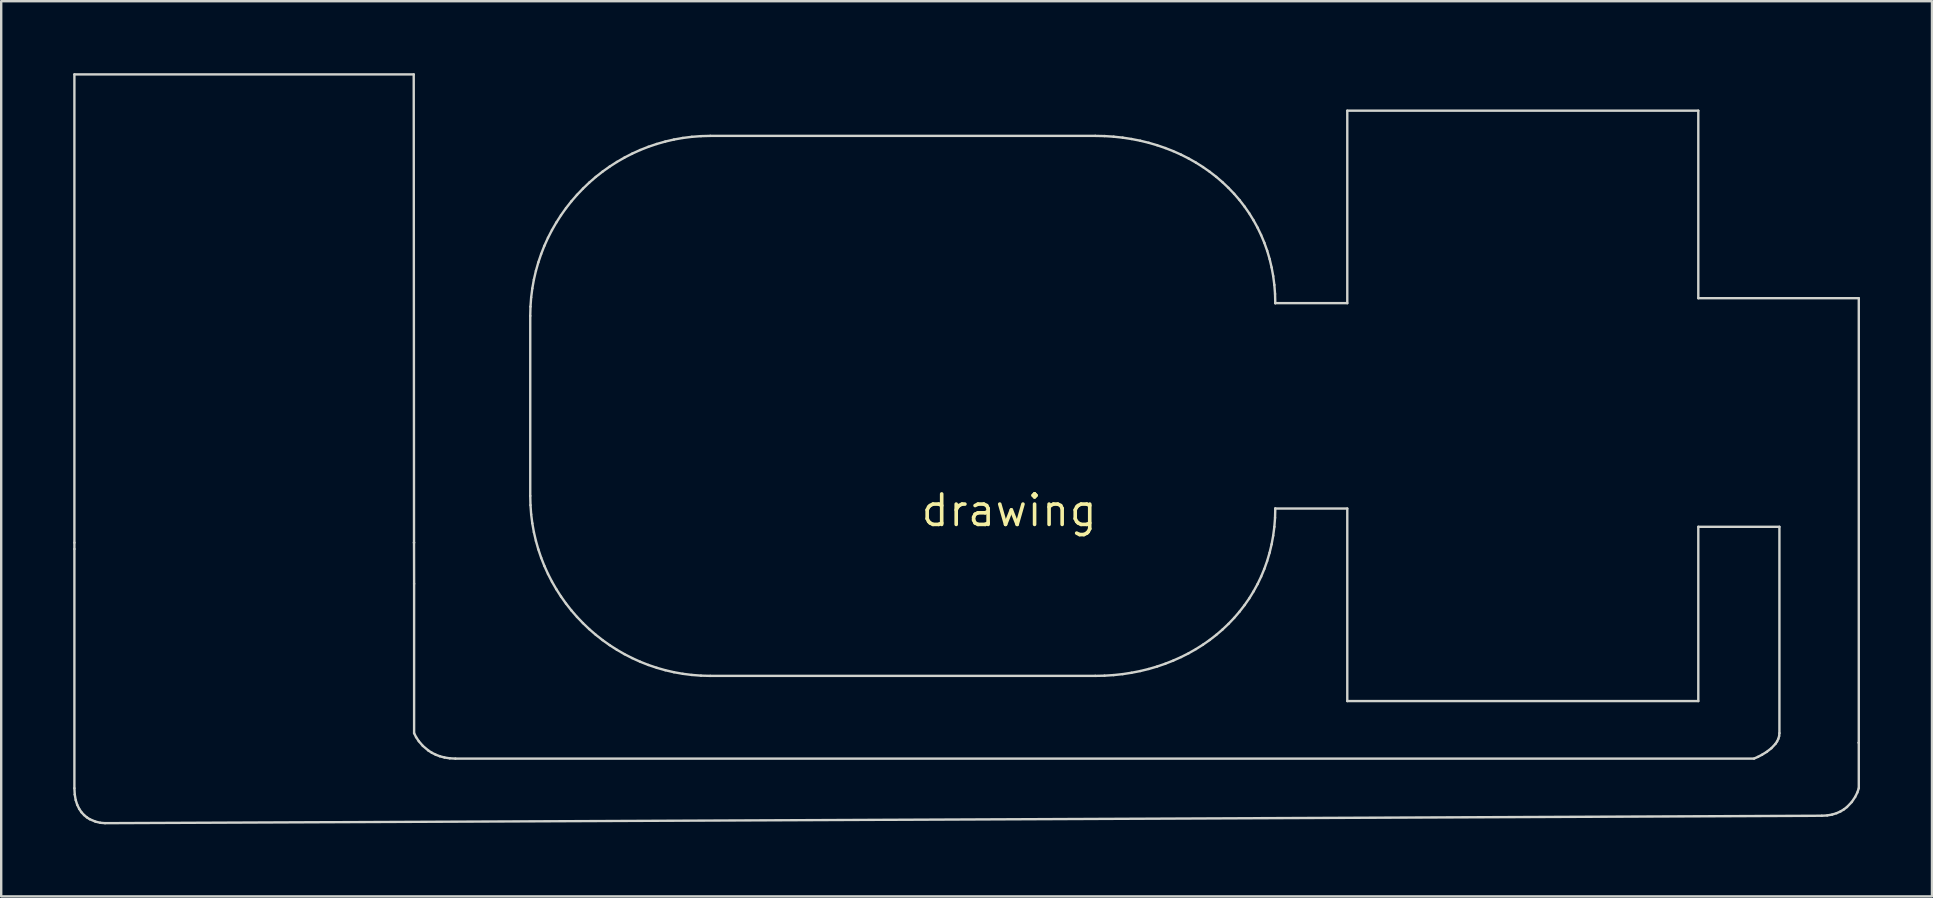
<source format=kicad_pcb>
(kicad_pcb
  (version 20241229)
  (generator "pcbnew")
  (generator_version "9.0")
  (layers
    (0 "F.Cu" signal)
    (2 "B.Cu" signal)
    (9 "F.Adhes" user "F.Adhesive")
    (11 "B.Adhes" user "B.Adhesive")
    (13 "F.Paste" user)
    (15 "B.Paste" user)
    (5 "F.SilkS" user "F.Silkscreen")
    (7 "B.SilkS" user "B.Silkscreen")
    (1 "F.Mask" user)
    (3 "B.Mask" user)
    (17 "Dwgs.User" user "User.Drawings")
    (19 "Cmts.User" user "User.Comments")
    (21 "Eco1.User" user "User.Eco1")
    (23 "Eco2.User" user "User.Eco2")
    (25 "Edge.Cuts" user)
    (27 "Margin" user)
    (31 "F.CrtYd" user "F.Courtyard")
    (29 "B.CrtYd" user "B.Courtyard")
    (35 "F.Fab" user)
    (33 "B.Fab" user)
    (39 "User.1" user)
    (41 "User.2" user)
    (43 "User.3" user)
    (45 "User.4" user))
  (footprint "drawing"
    (layer "F.Cu")
    (at 39 18.221)
    (property "Reference" "drawing" (at 0 0 0) (layer "F.SilkS") (effects (font (size 1.27 1.27) (thickness 0.15))))
    (attr through_hole)
    (fp_line (start -38.95 -18.171) (end -24.811 -18.171) (stroke (width 0.1) (type solid)) (layer "Edge.Cuts"))
    (fp_line (start -38.95 1.341) (end -38.95 -18.171) (stroke (width 0.1) (type solid)) (layer "Edge.Cuts"))
    (fp_line (start -38.95 1.606) (end -38.95 1.341) (stroke (width 0.1) (type solid)) (layer "Edge.Cuts"))
    (fp_line (start -38.95 11.573) (end -38.95 1.606) (stroke (width 0.1) (type solid)) (layer "Edge.Cuts"))
    (fp_line (start -38.935 11.836) (end -38.95 11.573) (stroke (width 0.1) (type solid)) (layer "Edge.Cuts"))
    (fp_line (start -38.895 12.066) (end -38.935 11.836) (stroke (width 0.1) (type solid)) (layer "Edge.Cuts"))
    (fp_line (start -38.832 12.264) (end -38.895 12.066) (stroke (width 0.1) (type solid)) (layer "Edge.Cuts"))
    (fp_line (start -38.75 12.433) (end -38.832 12.264) (stroke (width 0.1) (type solid)) (layer "Edge.Cuts"))
    (fp_line (start -38.654 12.575) (end -38.75 12.433) (stroke (width 0.1) (type solid)) (layer "Edge.Cuts"))
    (fp_line (start -38.545 12.692) (end -38.654 12.575) (stroke (width 0.1) (type solid)) (layer "Edge.Cuts"))
    (fp_line (start -38.43 12.787) (end -38.545 12.692) (stroke (width 0.1) (type solid)) (layer "Edge.Cuts"))
    (fp_line (start -38.311 12.863) (end -38.43 12.787) (stroke (width 0.1) (type solid)) (layer "Edge.Cuts"))
    (fp_line (start -38.076 12.963) (end -38.311 12.863) (stroke (width 0.1) (type solid)) (layer "Edge.Cuts"))
    (fp_line (start -37.872 13.012) (end -38.076 12.963) (stroke (width 0.1) (type solid)) (layer "Edge.Cuts"))
    (fp_line (start -37.672 13.028) (end -37.872 13.012) (stroke (width 0.1) (type solid)) (layer "Edge.Cuts"))
    (fp_line (start -24.811 -18.171) (end -24.799 1.341) (stroke (width 0.1) (type solid)) (layer "Edge.Cuts"))
    (fp_line (start -24.799 1.341) (end -24.799 1.341) (stroke (width 0.1) (type solid)) (layer "Edge.Cuts"))
    (fp_line (start -24.799 1.341) (end -24.795 3.054) (stroke (width 0.1) (type solid)) (layer "Edge.Cuts"))
    (fp_line (start -24.795 3.054) (end -24.795 9.279) (stroke (width 0.1) (type solid)) (layer "Edge.Cuts"))
    (fp_line (start -24.795 9.279) (end -24.712 9.445) (stroke (width 0.1) (type solid)) (layer "Edge.Cuts"))
    (fp_line (start -24.712 9.445) (end -24.599 9.614) (stroke (width 0.1) (type solid)) (layer "Edge.Cuts"))
    (fp_line (start -24.599 9.614) (end -24.431 9.809) (stroke (width 0.1) (type solid)) (layer "Edge.Cuts"))
    (fp_line (start -24.431 9.809) (end -24.2 10.003) (stroke (width 0.1) (type solid)) (layer "Edge.Cuts"))
    (fp_line (start -24.2 10.003) (end -24.06 10.092) (stroke (width 0.1) (type solid)) (layer "Edge.Cuts"))
    (fp_line (start -24.06 10.092) (end -23.902 10.172) (stroke (width 0.1) (type solid)) (layer "Edge.Cuts"))
    (fp_line (start -23.902 10.172) (end -23.725 10.24) (stroke (width 0.1) (type solid)) (layer "Edge.Cuts"))
    (fp_line (start -23.725 10.24) (end -23.529 10.292) (stroke (width 0.1) (type solid)) (layer "Edge.Cuts"))
    (fp_line (start -23.529 10.292) (end -23.312 10.326) (stroke (width 0.1) (type solid)) (layer "Edge.Cuts"))
    (fp_line (start -23.312 10.326) (end -23.075 10.338) (stroke (width 0.1) (type solid)) (layer "Edge.Cuts"))
    (fp_line (start -23.075 10.338) (end 31.036 10.338) (stroke (width 0.1) (type solid)) (layer "Edge.Cuts"))
    (fp_line (start -19.956 -8.109) (end -19.946 -8.495) (stroke (width 0.1) (type solid)) (layer "Edge.Cuts"))
    (fp_line (start -19.956 -0.609) (end -19.956 -8.109) (stroke (width 0.1) (type solid)) (layer "Edge.Cuts"))
    (fp_line (start -19.946 -8.495) (end -19.918 -8.876) (stroke (width 0.1) (type solid)) (layer "Edge.Cuts"))
    (fp_line (start -19.946 -0.223) (end -19.956 -0.609) (stroke (width 0.1) (type solid)) (layer "Edge.Cuts"))
    (fp_line (start -19.918 -8.876) (end -19.87 -9.252) (stroke (width 0.1) (type solid)) (layer "Edge.Cuts"))
    (fp_line (start -19.918 0.158) (end -19.946 -0.223) (stroke (width 0.1) (type solid)) (layer "Edge.Cuts"))
    (fp_line (start -19.87 -9.252) (end -19.804 -9.621) (stroke (width 0.1) (type solid)) (layer "Edge.Cuts"))
    (fp_line (start -19.87 0.533) (end -19.918 0.158) (stroke (width 0.1) (type solid)) (layer "Edge.Cuts"))
    (fp_line (start -19.804 -9.621) (end -19.72 -9.984) (stroke (width 0.1) (type solid)) (layer "Edge.Cuts"))
    (fp_line (start -19.804 0.902) (end -19.87 0.533) (stroke (width 0.1) (type solid)) (layer "Edge.Cuts"))
    (fp_line (start -19.72 -9.984) (end -19.619 -10.339) (stroke (width 0.1) (type solid)) (layer "Edge.Cuts"))
    (fp_line (start -19.72 1.265) (end -19.804 0.902) (stroke (width 0.1) (type solid)) (layer "Edge.Cuts"))
    (fp_line (start -19.619 -10.339) (end -19.501 -10.688) (stroke (width 0.1) (type solid)) (layer "Edge.Cuts"))
    (fp_line (start -19.619 1.621) (end -19.72 1.265) (stroke (width 0.1) (type solid)) (layer "Edge.Cuts"))
    (fp_line (start -19.501 -10.688) (end -19.367 -11.029) (stroke (width 0.1) (type solid)) (layer "Edge.Cuts"))
    (fp_line (start -19.501 1.97) (end -19.619 1.621) (stroke (width 0.1) (type solid)) (layer "Edge.Cuts"))
    (fp_line (start -19.367 -11.029) (end -19.217 -11.361) (stroke (width 0.1) (type solid)) (layer "Edge.Cuts"))
    (fp_line (start -19.367 2.31) (end -19.501 1.97) (stroke (width 0.1) (type solid)) (layer "Edge.Cuts"))
    (fp_line (start -19.217 -11.361) (end -19.051 -11.684) (stroke (width 0.1) (type solid)) (layer "Edge.Cuts"))
    (fp_line (start -19.217 2.643) (end -19.367 2.31) (stroke (width 0.1) (type solid)) (layer "Edge.Cuts"))
    (fp_line (start -19.051 -11.684) (end -18.87 -11.998) (stroke (width 0.1) (type solid)) (layer "Edge.Cuts"))
    (fp_line (start -19.051 2.966) (end -19.217 2.643) (stroke (width 0.1) (type solid)) (layer "Edge.Cuts"))
    (fp_line (start -18.87 -11.998) (end -18.675 -12.303) (stroke (width 0.1) (type solid)) (layer "Edge.Cuts"))
    (fp_line (start -18.87 3.28) (end -19.051 2.966) (stroke (width 0.1) (type solid)) (layer "Edge.Cuts"))
    (fp_line (start -18.675 -12.303) (end -18.466 -12.597) (stroke (width 0.1) (type solid)) (layer "Edge.Cuts"))
    (fp_line (start -18.675 3.584) (end -18.87 3.28) (stroke (width 0.1) (type solid)) (layer "Edge.Cuts"))
    (fp_line (start -18.466 -12.597) (end -18.244 -12.88) (stroke (width 0.1) (type solid)) (layer "Edge.Cuts"))
    (fp_line (start -18.466 3.878) (end -18.675 3.584) (stroke (width 0.1) (type solid)) (layer "Edge.Cuts"))
    (fp_line (start -18.244 -12.88) (end -18.008 -13.152) (stroke (width 0.1) (type solid)) (layer "Edge.Cuts"))
    (fp_line (start -18.244 4.162) (end -18.466 3.878) (stroke (width 0.1) (type solid)) (layer "Edge.Cuts"))
    (fp_line (start -18.008 -13.152) (end -17.759 -13.412) (stroke (width 0.1) (type solid)) (layer "Edge.Cuts"))
    (fp_line (start -18.008 4.434) (end -18.244 4.162) (stroke (width 0.1) (type solid)) (layer "Edge.Cuts"))
    (fp_line (start -17.759 -13.412) (end -17.499 -13.661) (stroke (width 0.1) (type solid)) (layer "Edge.Cuts"))
    (fp_line (start -17.759 4.694) (end -18.008 4.434) (stroke (width 0.1) (type solid)) (layer "Edge.Cuts"))
    (fp_line (start -17.499 -13.661) (end -17.227 -13.897) (stroke (width 0.1) (type solid)) (layer "Edge.Cuts"))
    (fp_line (start -17.499 4.943) (end -17.759 4.694) (stroke (width 0.1) (type solid)) (layer "Edge.Cuts"))
    (fp_line (start -17.227 -13.897) (end -16.944 -14.119) (stroke (width 0.1) (type solid)) (layer "Edge.Cuts"))
    (fp_line (start -17.227 5.178) (end -17.499 4.943) (stroke (width 0.1) (type solid)) (layer "Edge.Cuts"))
    (fp_line (start -16.944 -14.119) (end -16.649 -14.328) (stroke (width 0.1) (type solid)) (layer "Edge.Cuts"))
    (fp_line (start -16.943 5.401) (end -17.227 5.178) (stroke (width 0.1) (type solid)) (layer "Edge.Cuts"))
    (fp_line (start -16.649 -14.328) (end -16.345 -14.523) (stroke (width 0.1) (type solid)) (layer "Edge.Cuts"))
    (fp_line (start -16.649 5.61) (end -16.943 5.401) (stroke (width 0.1) (type solid)) (layer "Edge.Cuts"))
    (fp_line (start -16.345 -14.523) (end -16.031 -14.704) (stroke (width 0.1) (type solid)) (layer "Edge.Cuts"))
    (fp_line (start -16.345 5.805) (end -16.649 5.61) (stroke (width 0.1) (type solid)) (layer "Edge.Cuts"))
    (fp_line (start -16.031 -14.704) (end -15.708 -14.87) (stroke (width 0.1) (type solid)) (layer "Edge.Cuts"))
    (fp_line (start -16.031 5.986) (end -16.345 5.805) (stroke (width 0.1) (type solid)) (layer "Edge.Cuts"))
    (fp_line (start -15.708 -14.87) (end -15.376 -15.02) (stroke (width 0.1) (type solid)) (layer "Edge.Cuts"))
    (fp_line (start -15.708 6.151) (end -16.031 5.986) (stroke (width 0.1) (type solid)) (layer "Edge.Cuts"))
    (fp_line (start -15.376 -15.02) (end -15.035 -15.154) (stroke (width 0.1) (type solid)) (layer "Edge.Cuts"))
    (fp_line (start -15.375 6.302) (end -15.708 6.151) (stroke (width 0.1) (type solid)) (layer "Edge.Cuts"))
    (fp_line (start -15.035 -15.154) (end -14.686 -15.272) (stroke (width 0.1) (type solid)) (layer "Edge.Cuts"))
    (fp_line (start -15.035 6.436) (end -15.375 6.302) (stroke (width 0.1) (type solid)) (layer "Edge.Cuts"))
    (fp_line (start -14.686 -15.272) (end -14.331 -15.373) (stroke (width 0.1) (type solid)) (layer "Edge.Cuts"))
    (fp_line (start -14.686 6.554) (end -15.035 6.436) (stroke (width 0.1) (type solid)) (layer "Edge.Cuts"))
    (fp_line (start -14.331 -15.373) (end -13.968 -15.457) (stroke (width 0.1) (type solid)) (layer "Edge.Cuts"))
    (fp_line (start -14.33 6.655) (end -14.686 6.554) (stroke (width 0.1) (type solid)) (layer "Edge.Cuts"))
    (fp_line (start -13.968 -15.457) (end -13.598 -15.523) (stroke (width 0.1) (type solid)) (layer "Edge.Cuts"))
    (fp_line (start -13.968 6.739) (end -14.33 6.655) (stroke (width 0.1) (type solid)) (layer "Edge.Cuts"))
    (fp_line (start -13.598 -15.523) (end -13.223 -15.57) (stroke (width 0.1) (type solid)) (layer "Edge.Cuts"))
    (fp_line (start -13.598 6.805) (end -13.968 6.739) (stroke (width 0.1) (type solid)) (layer "Edge.Cuts"))
    (fp_line (start -13.223 -15.57) (end -12.842 -15.599) (stroke (width 0.1) (type solid)) (layer "Edge.Cuts"))
    (fp_line (start -13.223 6.852) (end -13.598 6.805) (stroke (width 0.1) (type solid)) (layer "Edge.Cuts"))
    (fp_line (start -12.842 -15.599) (end -12.456 -15.609) (stroke (width 0.1) (type solid)) (layer "Edge.Cuts"))
    (fp_line (start -12.842 6.881) (end -13.223 6.852) (stroke (width 0.1) (type solid)) (layer "Edge.Cuts"))
    (fp_line (start -12.456 -15.609) (end 3.587 -15.609) (stroke (width 0.1) (type solid)) (layer "Edge.Cuts"))
    (fp_line (start -12.456 6.891) (end -12.842 6.881) (stroke (width 0.1) (type solid)) (layer "Edge.Cuts"))
    (fp_line (start 3.586 6.891) (end -12.456 6.891) (stroke (width 0.1) (type solid)) (layer "Edge.Cuts"))
    (fp_line (start 3.587 -15.609) (end 3.973 -15.601) (stroke (width 0.1) (type solid)) (layer "Edge.Cuts"))
    (fp_line (start 3.972 6.883) (end 3.586 6.891) (stroke (width 0.1) (type solid)) (layer "Edge.Cuts"))
    (fp_line (start 3.973 -15.601) (end 4.354 -15.576) (stroke (width 0.1) (type solid)) (layer "Edge.Cuts"))
    (fp_line (start 4.353 6.858) (end 3.972 6.883) (stroke (width 0.1) (type solid)) (layer "Edge.Cuts"))
    (fp_line (start 4.354 -15.576) (end 4.729 -15.536) (stroke (width 0.1) (type solid)) (layer "Edge.Cuts"))
    (fp_line (start 4.729 6.818) (end 4.353 6.858) (stroke (width 0.1) (type solid)) (layer "Edge.Cuts"))
    (fp_line (start 4.729 -15.536) (end 5.098 -15.479) (stroke (width 0.1) (type solid)) (layer "Edge.Cuts"))
    (fp_line (start 5.098 6.761) (end 4.729 6.818) (stroke (width 0.1) (type solid)) (layer "Edge.Cuts"))
    (fp_line (start 5.098 -15.479) (end 5.461 -15.408) (stroke (width 0.1) (type solid)) (layer "Edge.Cuts"))
    (fp_line (start 5.461 6.69) (end 5.098 6.761) (stroke (width 0.1) (type solid)) (layer "Edge.Cuts"))
    (fp_line (start 5.461 -15.408) (end 5.817 -15.321) (stroke (width 0.1) (type solid)) (layer "Edge.Cuts"))
    (fp_line (start 5.817 6.603) (end 5.461 6.69) (stroke (width 0.1) (type solid)) (layer "Edge.Cuts"))
    (fp_line (start 5.817 -15.321) (end 6.166 -15.219) (stroke (width 0.1) (type solid)) (layer "Edge.Cuts"))
    (fp_line (start 6.165 6.501) (end 5.817 6.603) (stroke (width 0.1) (type solid)) (layer "Edge.Cuts"))
    (fp_line (start 6.166 -15.219) (end 6.506 -15.102) (stroke (width 0.1) (type solid)) (layer "Edge.Cuts"))
    (fp_line (start 6.506 6.384) (end 6.165 6.501) (stroke (width 0.1) (type solid)) (layer "Edge.Cuts"))
    (fp_line (start 6.506 -15.102) (end 6.839 -14.972) (stroke (width 0.1) (type solid)) (layer "Edge.Cuts"))
    (fp_line (start 6.838 6.253) (end 6.506 6.384) (stroke (width 0.1) (type solid)) (layer "Edge.Cuts"))
    (fp_line (start 6.839 -14.972) (end 7.162 -14.827) (stroke (width 0.1) (type solid)) (layer "Edge.Cuts"))
    (fp_line (start 7.162 6.108) (end 6.838 6.253) (stroke (width 0.1) (type solid)) (layer "Edge.Cuts"))
    (fp_line (start 7.162 -14.827) (end 7.476 -14.668) (stroke (width 0.1) (type solid)) (layer "Edge.Cuts"))
    (fp_line (start 7.476 5.95) (end 7.162 6.108) (stroke (width 0.1) (type solid)) (layer "Edge.Cuts"))
    (fp_line (start 7.476 -14.668) (end 7.781 -14.496) (stroke (width 0.1) (type solid)) (layer "Edge.Cuts"))
    (fp_line (start 7.78 5.777) (end 7.476 5.95) (stroke (width 0.1) (type solid)) (layer "Edge.Cuts"))
    (fp_line (start 7.781 -14.496) (end 8.075 -14.31) (stroke (width 0.1) (type solid)) (layer "Edge.Cuts"))
    (fp_line (start 8.074 5.592) (end 7.78 5.777) (stroke (width 0.1) (type solid)) (layer "Edge.Cuts"))
    (fp_line (start 8.075 -14.31) (end 8.358 -14.112) (stroke (width 0.1) (type solid)) (layer "Edge.Cuts"))
    (fp_line (start 8.358 5.394) (end 8.074 5.592) (stroke (width 0.1) (type solid)) (layer "Edge.Cuts"))
    (fp_line (start 8.358 -14.112) (end 8.63 -13.901) (stroke (width 0.1) (type solid)) (layer "Edge.Cuts"))
    (fp_line (start 8.63 5.182) (end 8.358 5.394) (stroke (width 0.1) (type solid)) (layer "Edge.Cuts"))
    (fp_line (start 8.63 -13.901) (end 8.891 -13.677) (stroke (width 0.1) (type solid)) (layer "Edge.Cuts"))
    (fp_line (start 8.89 4.959) (end 8.63 5.182) (stroke (width 0.1) (type solid)) (layer "Edge.Cuts"))
    (fp_line (start 8.891 -13.677) (end 9.139 -13.441) (stroke (width 0.1) (type solid)) (layer "Edge.Cuts"))
    (fp_line (start 9.139 4.723) (end 8.89 4.959) (stroke (width 0.1) (type solid)) (layer "Edge.Cuts"))
    (fp_line (start 9.139 -13.441) (end 9.375 -13.194) (stroke (width 0.1) (type solid)) (layer "Edge.Cuts"))
    (fp_line (start 9.375 4.475) (end 9.139 4.723) (stroke (width 0.1) (type solid)) (layer "Edge.Cuts"))
    (fp_line (start 9.375 -13.194) (end 9.598 -12.935) (stroke (width 0.1) (type solid)) (layer "Edge.Cuts"))
    (fp_line (start 9.597 4.216) (end 9.375 4.475) (stroke (width 0.1) (type solid)) (layer "Edge.Cuts"))
    (fp_line (start 9.598 -12.935) (end 9.807 -12.664) (stroke (width 0.1) (type solid)) (layer "Edge.Cuts"))
    (fp_line (start 9.806 3.946) (end 9.597 4.216) (stroke (width 0.1) (type solid)) (layer "Edge.Cuts"))
    (fp_line (start 9.807 -12.664) (end 10.002 -12.383) (stroke (width 0.1) (type solid)) (layer "Edge.Cuts"))
    (fp_line (start 10.002 3.664) (end 9.806 3.946) (stroke (width 0.1) (type solid)) (layer "Edge.Cuts"))
    (fp_line (start 10.002 -12.383) (end 10.182 -12.091) (stroke (width 0.1) (type solid)) (layer "Edge.Cuts"))
    (fp_line (start 10.182 3.372) (end 10.002 3.664) (stroke (width 0.1) (type solid)) (layer "Edge.Cuts"))
    (fp_line (start 10.182 -12.091) (end 10.348 -11.788) (stroke (width 0.1) (type solid)) (layer "Edge.Cuts"))
    (fp_line (start 10.348 3.069) (end 10.182 3.372) (stroke (width 0.1) (type solid)) (layer "Edge.Cuts"))
    (fp_line (start 10.348 -11.788) (end 10.498 -11.475) (stroke (width 0.1) (type solid)) (layer "Edge.Cuts"))
    (fp_line (start 10.498 2.756) (end 10.348 3.069) (stroke (width 0.1) (type solid)) (layer "Edge.Cuts"))
    (fp_line (start 10.498 -11.475) (end 10.633 -11.152) (stroke (width 0.1) (type solid)) (layer "Edge.Cuts"))
    (fp_line (start 10.632 2.434) (end 10.498 2.756) (stroke (width 0.1) (type solid)) (layer "Edge.Cuts"))
    (fp_line (start 10.633 -11.152) (end 10.751 -10.82) (stroke (width 0.1) (type solid)) (layer "Edge.Cuts"))
    (fp_line (start 10.75 2.101) (end 10.632 2.434) (stroke (width 0.1) (type solid)) (layer "Edge.Cuts"))
    (fp_line (start 10.751 -10.82) (end 10.852 -10.478) (stroke (width 0.1) (type solid)) (layer "Edge.Cuts"))
    (fp_line (start 10.851 1.759) (end 10.75 2.101) (stroke (width 0.1) (type solid)) (layer "Edge.Cuts"))
    (fp_line (start 10.852 -10.478) (end 10.935 -10.127) (stroke (width 0.1) (type solid)) (layer "Edge.Cuts"))
    (fp_line (start 10.935 1.408) (end 10.851 1.759) (stroke (width 0.1) (type solid)) (layer "Edge.Cuts"))
    (fp_line (start 10.935 -10.127) (end 11.001 -9.768) (stroke (width 0.1) (type solid)) (layer "Edge.Cuts"))
    (fp_line (start 11.001 1.049) (end 10.935 1.408) (stroke (width 0.1) (type solid)) (layer "Edge.Cuts"))
    (fp_line (start 11.001 -9.768) (end 11.049 -9.399) (stroke (width 0.1) (type solid)) (layer "Edge.Cuts"))
    (fp_line (start 11.049 0.68) (end 11.001 1.049) (stroke (width 0.1) (type solid)) (layer "Edge.Cuts"))
    (fp_line (start 11.049 -9.399) (end 11.078 -9.023) (stroke (width 0.1) (type solid)) (layer "Edge.Cuts"))
    (fp_line (start 11.078 0.304) (end 11.049 0.68) (stroke (width 0.1) (type solid)) (layer "Edge.Cuts"))
    (fp_line (start 11.078 -9.023) (end 11.088 -8.639) (stroke (width 0.1) (type solid)) (layer "Edge.Cuts"))
    (fp_line (start 11.088 -0.081) (end 11.078 0.304) (stroke (width 0.1) (type solid)) (layer "Edge.Cuts"))
    (fp_line (start 11.088 -0.081) (end 11.088 -0.081) (stroke (width 0.1) (type solid)) (layer "Edge.Cuts"))
    (fp_line (start 11.088 -8.639) (end 11.088 -8.639) (stroke (width 0.1) (type solid)) (layer "Edge.Cuts"))
    (fp_line (start 11.088 -8.639) (end 14.088 -8.639) (stroke (width 0.1) (type solid)) (layer "Edge.Cuts"))
    (fp_line (start 14.088 -0.081) (end 11.088 -0.081) (stroke (width 0.1) (type solid)) (layer "Edge.Cuts"))
    (fp_line (start 14.088 7.941) (end 14.088 -0.081) (stroke (width 0.1) (type solid)) (layer "Edge.Cuts"))
    (fp_line (start 14.088 -16.659) (end 28.714 -16.659) (stroke (width 0.1) (type solid)) (layer "Edge.Cuts"))
    (fp_line (start 14.088 -8.639) (end 14.088 -16.659) (stroke (width 0.1) (type solid)) (layer "Edge.Cuts"))
    (fp_line (start 28.714 -16.659) (end 28.714 -8.845) (stroke (width 0.1) (type solid)) (layer "Edge.Cuts"))
    (fp_line (start 28.714 -8.845) (end 35.401 -8.845) (stroke (width 0.1) (type solid)) (layer "Edge.Cuts"))
    (fp_line (start 28.714 0.68) (end 28.714 7.941) (stroke (width 0.1) (type solid)) (layer "Edge.Cuts"))
    (fp_line (start 28.714 7.941) (end 14.088 7.941) (stroke (width 0.1) (type solid)) (layer "Edge.Cuts"))
    (fp_line (start 31.036 10.338) (end 31.201 10.265) (stroke (width 0.1) (type solid)) (layer "Edge.Cuts"))
    (fp_line (start 31.201 10.265) (end 31.37 10.177) (stroke (width 0.1) (type solid)) (layer "Edge.Cuts"))
    (fp_line (start 31.37 10.177) (end 31.565 10.057) (stroke (width 0.1) (type solid)) (layer "Edge.Cuts"))
    (fp_line (start 31.565 10.057) (end 31.759 9.905) (stroke (width 0.1) (type solid)) (layer "Edge.Cuts"))
    (fp_line (start 31.759 9.905) (end 31.929 9.724) (stroke (width 0.1) (type solid)) (layer "Edge.Cuts"))
    (fp_line (start 31.929 9.724) (end 31.996 9.623) (stroke (width 0.1) (type solid)) (layer "Edge.Cuts"))
    (fp_line (start 31.996 9.623) (end 32.048 9.515) (stroke (width 0.1) (type solid)) (layer "Edge.Cuts"))
    (fp_line (start 32.048 9.515) (end 32.082 9.4) (stroke (width 0.1) (type solid)) (layer "Edge.Cuts"))
    (fp_line (start 32.082 9.4) (end 32.094 9.279) (stroke (width 0.1) (type solid)) (layer "Edge.Cuts"))
    (fp_line (start 32.094 0.68) (end 28.714 0.68) (stroke (width 0.1) (type solid)) (layer "Edge.Cuts"))
    (fp_line (start 32.094 9.279) (end 32.094 0.68) (stroke (width 0.1) (type solid)) (layer "Edge.Cuts"))
    (fp_line (start 33.858 12.719) (end -37.672 13.028) (stroke (width 0.1) (type solid)) (layer "Edge.Cuts"))
    (fp_line (start 34.086 12.706) (end 33.858 12.719) (stroke (width 0.1) (type solid)) (layer "Edge.Cuts"))
    (fp_line (start 34.291 12.67) (end 34.086 12.706) (stroke (width 0.1) (type solid)) (layer "Edge.Cuts"))
    (fp_line (start 34.475 12.613) (end 34.291 12.67) (stroke (width 0.1) (type solid)) (layer "Edge.Cuts"))
    (fp_line (start 34.639 12.54) (end 34.475 12.613) (stroke (width 0.1) (type solid)) (layer "Edge.Cuts"))
    (fp_line (start 34.783 12.453) (end 34.639 12.54) (stroke (width 0.1) (type solid)) (layer "Edge.Cuts"))
    (fp_line (start 34.908 12.356) (end 34.783 12.453) (stroke (width 0.1) (type solid)) (layer "Edge.Cuts"))
    (fp_line (start 35.109 12.146) (end 34.908 12.356) (stroke (width 0.1) (type solid)) (layer "Edge.Cuts"))
    (fp_line (start 35.25 11.935) (end 35.109 12.146) (stroke (width 0.1) (type solid)) (layer "Edge.Cuts"))
    (fp_line (start 35.34 11.752) (end 35.25 11.935) (stroke (width 0.1) (type solid)) (layer "Edge.Cuts"))
    (fp_line (start 35.401 -8.845) (end 35.401 9.676) (stroke (width 0.1) (type solid)) (layer "Edge.Cuts"))
    (fp_line (start 35.401 9.676) (end 35.401 9.676) (stroke (width 0.1) (type solid)) (layer "Edge.Cuts"))
    (fp_line (start 35.401 9.676) (end 35.401 11.572) (stroke (width 0.1) (type solid)) (layer "Edge.Cuts"))
    (fp_line (start 35.401 11.572) (end 35.34 11.752) (stroke (width 0.1) (type solid)) (layer "Edge.Cuts")))
  (gr_rect
    (start -3 -3)
    (end 77.451 34.3)
    (stroke (width 0.1) (type default))
    (fill no)
    (layer "Edge.Cuts")))
</source>
